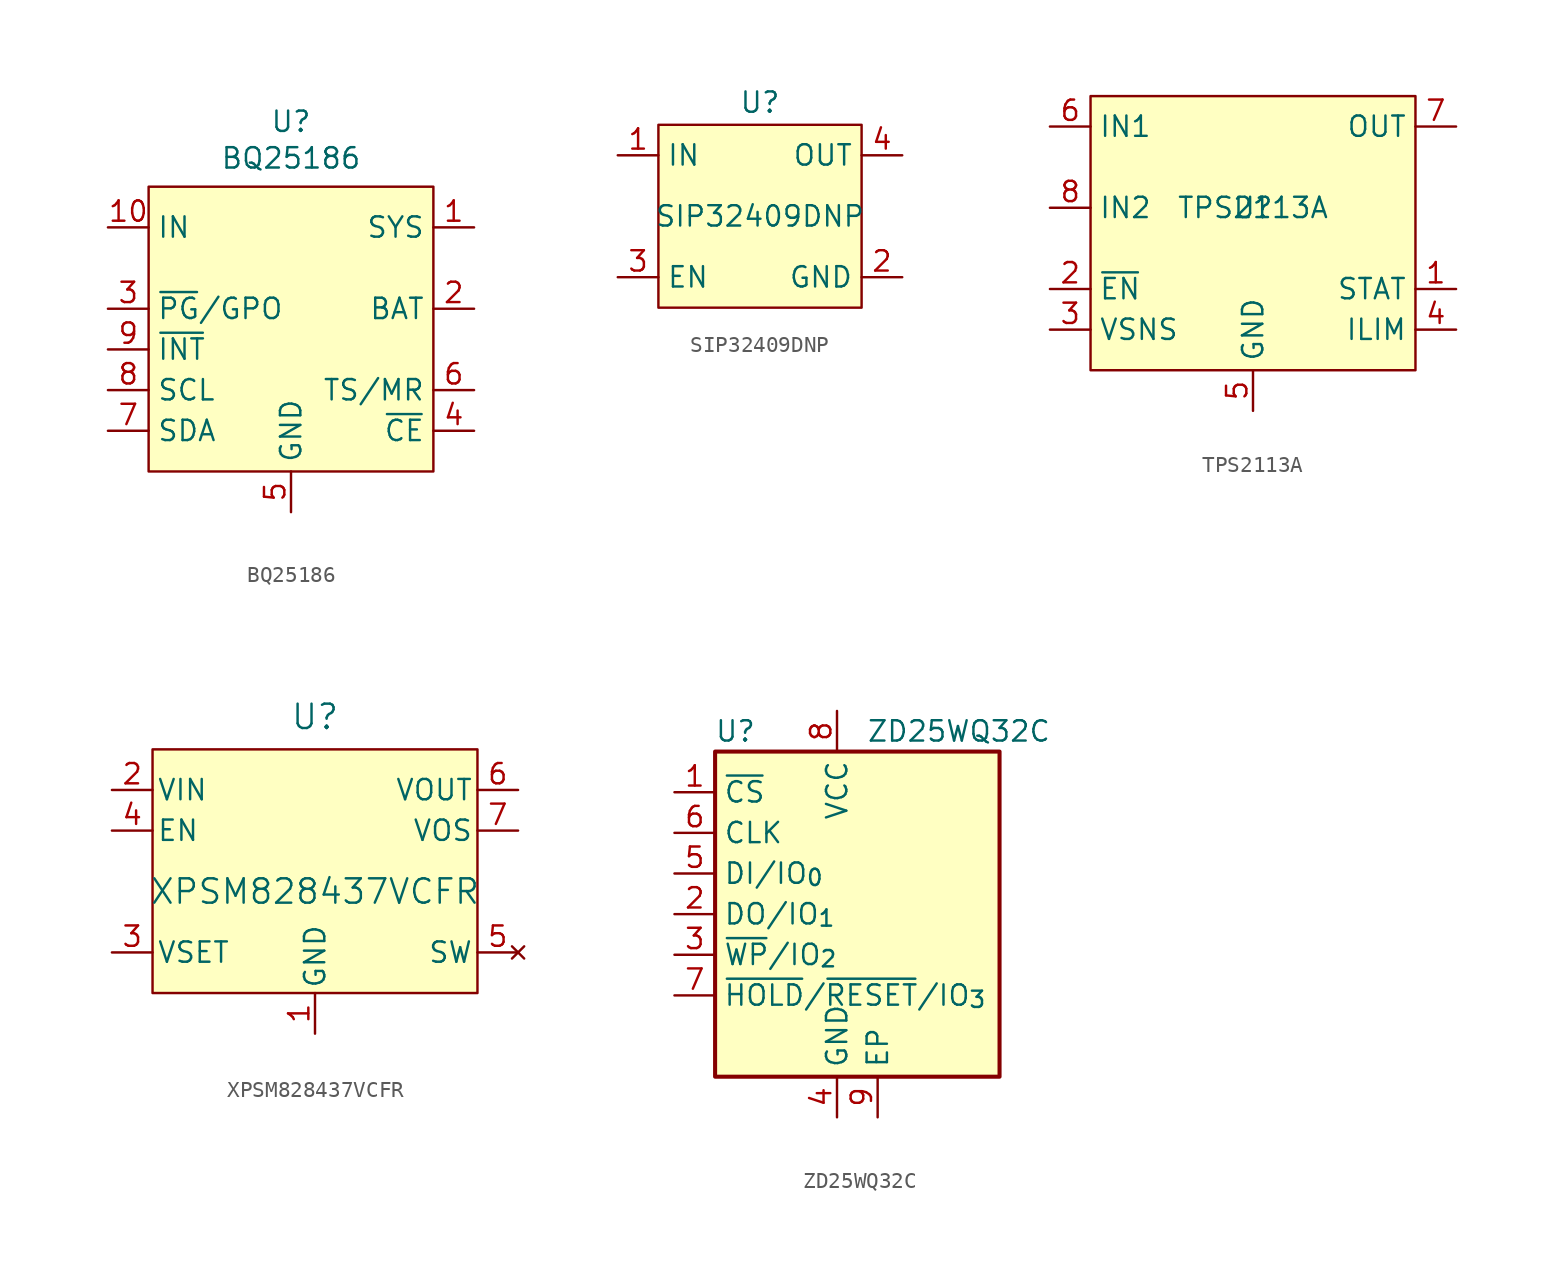
<source format=kicad_sym>
(kicad_symbol_lib
  (version 20241209)
  (generator "kicad_symbol_editor")
  (generator_version "9.0")
  (symbol "BQ25186"
    (property "Reference" "U"
      (at 0 11.684 0)
      (effects (font (size 1.27 1.27))))
    (property "Value" "BQ25186"
      (at 0 9.398 0)
      (effects (font (size 1.27 1.27))))
    (symbol "BQ25186_0_0"
      (pin power_in line (at -11.43 5.08 0) (length 2.54) (name "IN" (effects (font (size 1.27 1.27)))) (number "10" (effects (font (size 1.27 1.27)))))
      (pin bidirectional line (at -11.43 -5.08 0) (length 2.54) (name "SCL" (effects (font (size 1.27 1.27)))) (number "8" (effects (font (size 1.27 1.27)))))
      (pin bidirectional line (at -11.43 -7.62 0) (length 2.54) (name "SDA" (effects (font (size 1.27 1.27)))) (number "7" (effects (font (size 1.27 1.27)))))
      (pin power_in line (at 0 -12.7 90) (length 2.54) (name "GND" (effects (font (size 1.27 1.27)))) (number "5" (effects (font (size 1.27 1.27)))))
      (pin power_out line (at 11.43 5.08 180) (length 2.54) (name "SYS" (effects (font (size 1.27 1.27)))) (number "1" (effects (font (size 1.27 1.27)))))
      (pin power_in line (at 11.43 0 180) (length 2.54) (name "BAT" (effects (font (size 1.27 1.27)))) (number "2" (effects (font (size 1.27 1.27))))))
    (symbol "BQ25186_1_0"
      (pin output line (at -11.43 0 0) (length 2.54) (name "~{PG}/GPO" (effects (font (size 1.27 1.27)))) (number "3" (effects (font (size 1.27 1.27)))))
      (pin output line (at -11.43 -2.54 0) (length 2.54) (name "~{INT}" (effects (font (size 1.27 1.27)))) (number "9" (effects (font (size 1.27 1.27)))))
      (pin bidirectional line (at 11.43 -5.08 180) (length 2.54) (name "TS/MR" (effects (font (size 1.27 1.27)))) (number "6" (effects (font (size 1.27 1.27)))))
      (pin input line (at 11.43 -7.62 180) (length 2.54) (name "~{CE}" (effects (font (size 1.27 1.27)))) (number "4" (effects (font (size 1.27 1.27))))))
    (symbol "BQ25186_1_1"
      (rectangle (start -8.89 7.62) (end 8.89 -10.16) (stroke (width 0) (type solid)) (fill (type background)))))
  (symbol "SIP32409DNP"
    (property "Reference" "U"
      (at 0 7.112 0)
      (effects (font (size 1.27 1.27))))
    (property "Value" "SIP32409DNP"
      (at 0 0 0)
      (effects (font (size 1.27 1.27))))
    (symbol "SIP32409DNP_1_1"
      (rectangle (start -6.35 5.715) (end 6.35 -5.715) (stroke (width 0) (type solid)) (fill (type background)))
      (pin input line (at -8.89 3.81 0) (length 2.54) (name "IN" (effects (font (size 1.27 1.27)))) (number "1" (effects (font (size 1.27 1.27)))))
      (pin input line (at -8.89 -3.81 0) (length 2.54) (name "EN" (effects (font (size 1.27 1.27)))) (number "3" (effects (font (size 1.27 1.27)))))
      (pin output line (at 8.89 3.81 180) (length 2.54) (name "OUT" (effects (font (size 1.27 1.27)))) (number "4" (effects (font (size 1.27 1.27)))))
      (pin power_in line (at 8.89 -3.81 180) (length 2.54) (name "GND" (effects (font (size 1.27 1.27)))) (number "2" (effects (font (size 1.27 1.27)))))
      (pin passive line (at 8.89 -3.81 180) (length 2.54) (hide yes) (name "GND" (effects (font (size 1.27 1.27)))) (number "5" (effects (font (size 1.27 1.27)))))))
  (symbol "TPS2113A"
    (property "Reference" "U"
      (at 0 0 0)
      (effects (font (size 1.27 1.27))))
    (property "Value" "TPS2113A"
      (at 0 0 0)
      (effects (font (size 1.27 1.27))))
    (symbol "TPS2113A_0_0"
      (pin power_in line (at -12.7 5.08 0) (length 2.54) (name "IN1" (effects (font (size 1.27 1.27)))) (number "6" (effects (font (size 1.27 1.27)))))
      (pin power_in line (at -12.7 0 0) (length 2.54) (name "IN2" (effects (font (size 1.27 1.27)))) (number "8" (effects (font (size 1.27 1.27)))))
      (pin input line (at -12.7 -5.08 0) (length 2.54) (name "~{EN}" (effects (font (size 1.27 1.27)))) (number "2" (effects (font (size 1.27 1.27)))))
      (pin power_in line (at 0 -12.7 90) (length 2.54) (name "GND" (effects (font (size 1.27 1.27)))) (number "5" (effects (font (size 1.27 1.27)))))
      (pin passive line (at 0 -12.7 90) (length 2.54) (hide yes) (name "GND" (effects (font (size 1.27 1.27)))) (number "9" (effects (font (size 1.27 1.27)))))
      (pin power_out line (at 12.7 5.08 180) (length 2.54) (name "OUT" (effects (font (size 1.27 1.27)))) (number "7" (effects (font (size 1.27 1.27)))))
      (pin output line (at 12.7 -5.08 180) (length 2.54) (name "STAT" (effects (font (size 1.27 1.27)))) (number "1" (effects (font (size 1.27 1.27)))))
      (pin input line (at 12.7 -7.62 180) (length 2.54) (name "ILIM" (effects (font (size 1.27 1.27)))) (number "4" (effects (font (size 1.27 1.27))))))
    (symbol "TPS2113A_1_0"
      (pin input line (at -12.7 -7.62 0) (length 2.54) (name "VSNS" (effects (font (size 1.27 1.27)))) (number "3" (effects (font (size 1.27 1.27))))))
    (symbol "TPS2113A_1_1"
      (rectangle (start -10.16 6.985) (end 10.16 -10.16) (stroke (width 0) (type solid)) (fill (type background)))))
  (symbol "XPSM828437VCFR"
    (pin_names
      (offset 0.254))
    (property "Reference" "U"
      (at 0 10.922 0)
      (effects (font (size 1.524 1.524))))
    (property "Value" "XPSM828437VCFR"
      (at 0 0 0)
      (effects (font (size 1.524 1.524))))
    (symbol "XPSM828437VCFR_0_1"
      (pin power_in line (at -12.7 6.35 0) (length 2.54) (name "VIN" (effects (font (size 1.27 1.27)))) (number "2" (effects (font (size 1.27 1.27)))))
      (pin input line (at -12.7 3.81 0) (length 2.54) (name "EN" (effects (font (size 1.27 1.27)))) (number "4" (effects (font (size 1.27 1.27)))))
      (pin unspecified line (at -12.7 -3.81 0) (length 2.54) (name "VSET" (effects (font (size 1.27 1.27)))) (number "3" (effects (font (size 1.27 1.27)))))
      (pin power_in line (at 0 -8.89 90) (length 2.54) (name "GND" (effects (font (size 1.27 1.27)))) (number "1" (effects (font (size 1.27 1.27)))))
      (pin power_in line (at 12.7 6.35 180) (length 2.54) (name "VOUT" (effects (font (size 1.27 1.27)))) (number "6" (effects (font (size 1.27 1.27)))))
      (pin unspecified line (at 12.7 3.81 180) (length 2.54) (name "VOS" (effects (font (size 1.27 1.27)))) (number "7" (effects (font (size 1.27 1.27))))))
    (symbol "XPSM828437VCFR_1_1"
      (rectangle (start -10.16 8.89) (end 10.16 -6.35) (stroke (width 0) (type solid)) (fill (type background)))
      (pin no_connect line (at 12.7 -3.81 180) (length 2.54) (name "SW" (effects (font (size 1.27 1.27)))) (number "5" (effects (font (size 1.27 1.27)))))))
  (symbol "ZD25WQ32C"
    (property "Reference" "U"
      (at -6.35 11.43 0)
      (effects (font (size 1.27 1.27))))
    (property "Value" "ZD25WQ32C"
      (at 7.62 11.43 0)
      (effects (font (size 1.27 1.27))))
    (symbol "ZD25WQ32C_0_1"
      (rectangle (start -7.62 10.16) (end 10.16 -10.16) (stroke (width 0.254) (type default)) (fill (type background))))
    (symbol "ZD25WQ32C_1_1"
      (pin input line (at -10.16 7.62 0) (length 2.54) (name "~{CS}" (effects (font (size 1.27 1.27)))) (number "1" (effects (font (size 1.27 1.27)))))
      (pin input line (at -10.16 5.08 0) (length 2.54) (name "CLK" (effects (font (size 1.27 1.27)))) (number "6" (effects (font (size 1.27 1.27)))))
      (pin bidirectional line (at -10.16 2.54 0) (length 2.54) (name "DI/IO_{0}" (effects (font (size 1.27 1.27)))) (number "5" (effects (font (size 1.27 1.27)))))
      (pin bidirectional line (at -10.16 0 0) (length 2.54) (name "DO/IO_{1}" (effects (font (size 1.27 1.27)))) (number "2" (effects (font (size 1.27 1.27)))))
      (pin bidirectional line (at -10.16 -2.54 0) (length 2.54) (name "~{WP}/IO_{2}" (effects (font (size 1.27 1.27)))) (number "3" (effects (font (size 1.27 1.27)))))
      (pin bidirectional line (at -10.16 -5.08 0) (length 2.54) (name "~{HOLD}/~{RESET}/IO_{3}" (effects (font (size 1.27 1.27)))) (number "7" (effects (font (size 1.27 1.27)))))
      (pin power_in line (at 0 12.7 270) (length 2.54) (name "VCC" (effects (font (size 1.27 1.27)))) (number "8" (effects (font (size 1.27 1.27)))))
      (pin power_in line (at 0 -12.7 90) (length 2.54) (name "GND" (effects (font (size 1.27 1.27)))) (number "4" (effects (font (size 1.27 1.27)))))
      (pin passive line (at 2.54 -12.7 90) (length 2.54) (name "EP" (effects (font (size 1.27 1.27)))) (number "9" (effects (font (size 1.27 1.27))))))))
</source>
